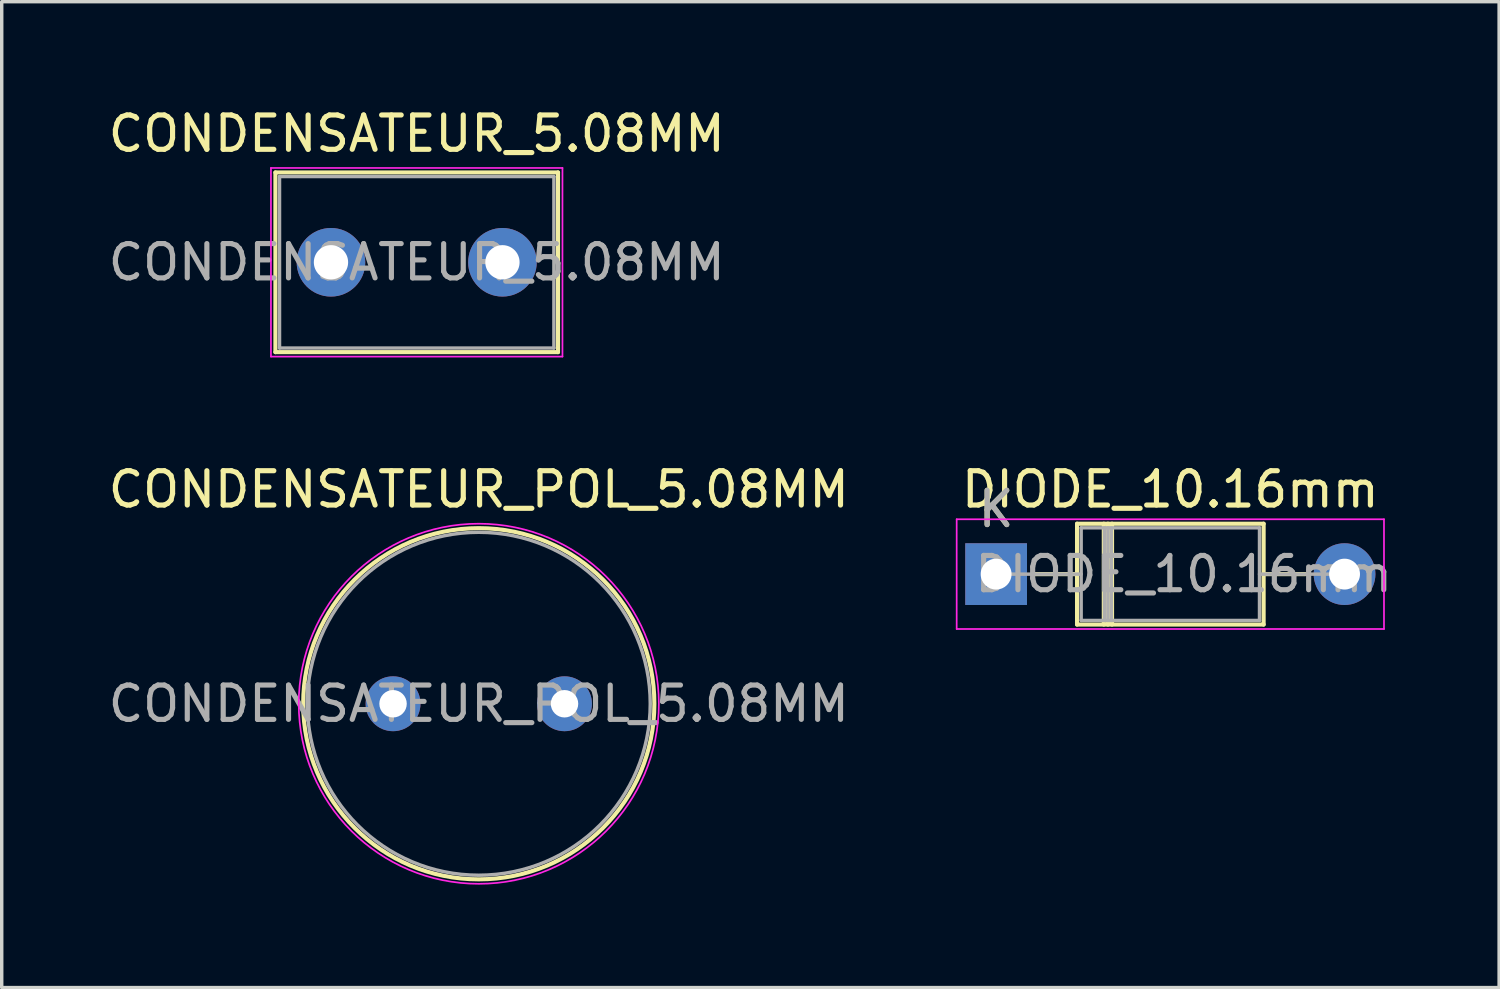
<source format=kicad_pcb>
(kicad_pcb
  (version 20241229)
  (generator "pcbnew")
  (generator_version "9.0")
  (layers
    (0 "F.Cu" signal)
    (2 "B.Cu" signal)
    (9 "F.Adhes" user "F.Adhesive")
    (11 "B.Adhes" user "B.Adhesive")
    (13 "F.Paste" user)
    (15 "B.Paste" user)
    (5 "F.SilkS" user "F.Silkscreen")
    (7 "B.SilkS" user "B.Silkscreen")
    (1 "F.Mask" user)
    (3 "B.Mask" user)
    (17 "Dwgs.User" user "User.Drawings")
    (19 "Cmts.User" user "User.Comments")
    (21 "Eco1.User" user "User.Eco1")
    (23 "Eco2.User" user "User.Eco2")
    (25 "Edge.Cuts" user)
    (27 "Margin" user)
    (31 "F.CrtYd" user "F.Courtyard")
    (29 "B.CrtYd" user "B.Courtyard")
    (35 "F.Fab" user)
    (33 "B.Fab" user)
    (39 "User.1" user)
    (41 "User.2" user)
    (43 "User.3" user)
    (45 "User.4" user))
  (footprint "CONDENSATEUR_5.08MM"
    (layer "F.Cu")
    (at 6.601 4.598)
    (property "Reference" "CONDENSATEUR_5.08MM" (at 2.5 -3.75 0) (layer "F.SilkS") (effects (font (size 1 1) (thickness 0.15))))
    (attr through_hole)
    (fp_line (start -1.62 -2.62) (end -1.62 2.62) (stroke (width 0.12) (type solid)) (layer "F.SilkS"))
    (fp_line (start -1.62 -2.62) (end 6.62 -2.62) (stroke (width 0.12) (type solid)) (layer "F.SilkS"))
    (fp_line (start -1.62 2.62) (end 6.62 2.62) (stroke (width 0.12) (type solid)) (layer "F.SilkS"))
    (fp_line (start 6.62 -2.62) (end 6.62 2.62) (stroke (width 0.12) (type solid)) (layer "F.SilkS"))
    (fp_line (start -1.75 -2.75) (end -1.75 2.75) (stroke (width 0.05) (type solid)) (layer "F.CrtYd"))
    (fp_line (start -1.75 2.75) (end 6.75 2.75) (stroke (width 0.05) (type solid)) (layer "F.CrtYd"))
    (fp_line (start 6.75 -2.75) (end -1.75 -2.75) (stroke (width 0.05) (type solid)) (layer "F.CrtYd"))
    (fp_line (start 6.75 2.75) (end 6.75 -2.75) (stroke (width 0.05) (type solid)) (layer "F.CrtYd"))
    (fp_line (start -1.5 -2.5) (end -1.5 2.5) (stroke (width 0.1) (type solid)) (layer "F.Fab"))
    (fp_line (start -1.5 2.5) (end 6.5 2.5) (stroke (width 0.1) (type solid)) (layer "F.Fab"))
    (fp_line (start 6.5 -2.5) (end -1.5 -2.5) (stroke (width 0.1) (type solid)) (layer "F.Fab"))
    (fp_line (start 6.5 2.5) (end 6.5 -2.5) (stroke (width 0.1) (type solid)) (layer "F.Fab"))
    (fp_text user "${REFERENCE}" (at 2.5 0 0) (layer "F.Fab") (effects (font (size 1 1) (thickness 0.15))))
    (pad "1" thru_hole circle (at 0 0) (size 2 2) (drill 1) (layers "*.Cu" "*.Mask"))
    (pad "2" thru_hole circle (at 5 0) (size 2 2) (drill 1) (layers "*.Cu" "*.Mask")))
  (footprint "DIODE_10.16mm"
    (layer "F.Cu")
    (at 25.996 13.691)
    (property "Reference" "DIODE_10.16mm" (at 5.08 -2.47 0) (layer "F.SilkS") (effects (font (size 1 1) (thickness 0.15))))
    (attr through_hole)
    (fp_line (start 1.14 0) (end 2.36 0) (stroke (width 0.12) (type solid)) (layer "F.SilkS"))
    (fp_line (start 2.36 -1.47) (end 2.36 1.47) (stroke (width 0.12) (type solid)) (layer "F.SilkS"))
    (fp_line (start 2.36 1.47) (end 7.8 1.47) (stroke (width 0.12) (type solid)) (layer "F.SilkS"))
    (fp_line (start 3.14 -1.47) (end 3.14 1.47) (stroke (width 0.12) (type solid)) (layer "F.SilkS"))
    (fp_line (start 3.26 -1.47) (end 3.26 1.47) (stroke (width 0.12) (type solid)) (layer "F.SilkS"))
    (fp_line (start 3.38 -1.47) (end 3.38 1.47) (stroke (width 0.12) (type solid)) (layer "F.SilkS"))
    (fp_line (start 7.8 -1.47) (end 2.36 -1.47) (stroke (width 0.12) (type solid)) (layer "F.SilkS"))
    (fp_line (start 7.8 1.47) (end 7.8 -1.47) (stroke (width 0.12) (type solid)) (layer "F.SilkS"))
    (fp_line (start 9.02 0) (end 7.8 0) (stroke (width 0.12) (type solid)) (layer "F.SilkS"))
    (fp_line (start -1.15 -1.6) (end -1.15 1.6) (stroke (width 0.05) (type solid)) (layer "F.CrtYd"))
    (fp_line (start -1.15 1.6) (end 11.31 1.6) (stroke (width 0.05) (type solid)) (layer "F.CrtYd"))
    (fp_line (start 11.31 -1.6) (end -1.15 -1.6) (stroke (width 0.05) (type solid)) (layer "F.CrtYd"))
    (fp_line (start 11.31 1.6) (end 11.31 -1.6) (stroke (width 0.05) (type solid)) (layer "F.CrtYd"))
    (fp_line (start 0 0) (end 2.48 0) (stroke (width 0.1) (type solid)) (layer "F.Fab"))
    (fp_line (start 2.48 -1.35) (end 2.48 1.35) (stroke (width 0.1) (type solid)) (layer "F.Fab"))
    (fp_line (start 2.48 1.35) (end 7.68 1.35) (stroke (width 0.1) (type solid)) (layer "F.Fab"))
    (fp_line (start 3.16 -1.35) (end 3.16 1.35) (stroke (width 0.1) (type solid)) (layer "F.Fab"))
    (fp_line (start 3.26 -1.35) (end 3.26 1.35) (stroke (width 0.1) (type solid)) (layer "F.Fab"))
    (fp_line (start 3.36 -1.35) (end 3.36 1.35) (stroke (width 0.1) (type solid)) (layer "F.Fab"))
    (fp_line (start 7.68 -1.35) (end 2.48 -1.35) (stroke (width 0.1) (type solid)) (layer "F.Fab"))
    (fp_line (start 7.68 1.35) (end 7.68 -1.35) (stroke (width 0.1) (type solid)) (layer "F.Fab"))
    (fp_line (start 10.16 0) (end 7.68 0) (stroke (width 0.1) (type solid)) (layer "F.Fab"))
    (fp_text user "K" (at 0 -1.9 0) (layer "F.SilkS") (effects (font (size 1 1) (thickness 0.15))))
    (fp_text user "${REFERENCE}" (at 5.47 0 0) (layer "F.Fab") (effects (font (size 1 1) (thickness 0.15))))
    (fp_text user "K" (at 0 -1.9 0) (layer "F.Fab") (effects (font (size 1 1) (thickness 0.15))))
    (pad "1" thru_hole rect (at 0 0) (size 1.8 1.8) (drill 0.9) (layers "*.Cu" "*.Mask"))
    (pad "2" thru_hole oval (at 10.16 0) (size 1.8 1.8) (drill 0.9) (layers "*.Cu" "*.Mask")))
  (footprint "CONDENSATEUR_POL_5.08MM"
    (layer "F.Cu")
    (at 8.411 17.471)
    (property "Reference" "CONDENSATEUR_POL_5.08MM" (at 2.5 -6.25 0) (layer "F.SilkS") (effects (font (size 1 1) (thickness 0.15))))
    (attr through_hole)
    (fp_circle (center 2.5 0) (end 7.62 0) (stroke (width 0.12) (type solid)) (fill no) (layer "F.SilkS"))
    (fp_circle (center 2.5 0) (end 7.75 0) (stroke (width 0.05) (type solid)) (fill no) (layer "F.CrtYd"))
    (fp_circle (center 2.5 0) (end 7.5 0) (stroke (width 0.1) (type solid)) (fill no) (layer "F.Fab"))
    (fp_text user "${REFERENCE}" (at 2.5 0 0) (layer "F.Fab") (effects (font (size 1 1) (thickness 0.15))))
    (pad "1" thru_hole circle (at 0 0) (size 1.6 1.6) (drill 0.8) (layers "*.Cu" "*.Mask"))
    (pad "2" thru_hole circle (at 5 0) (size 1.6 1.6) (drill 0.8) (layers "*.Cu" "*.Mask")))
  (gr_rect
    (start -3 -3)
    (end 40.663 25.747)
    (stroke (width 0.1) (type default))
    (fill no)
    (layer "Edge.Cuts")))
</source>
